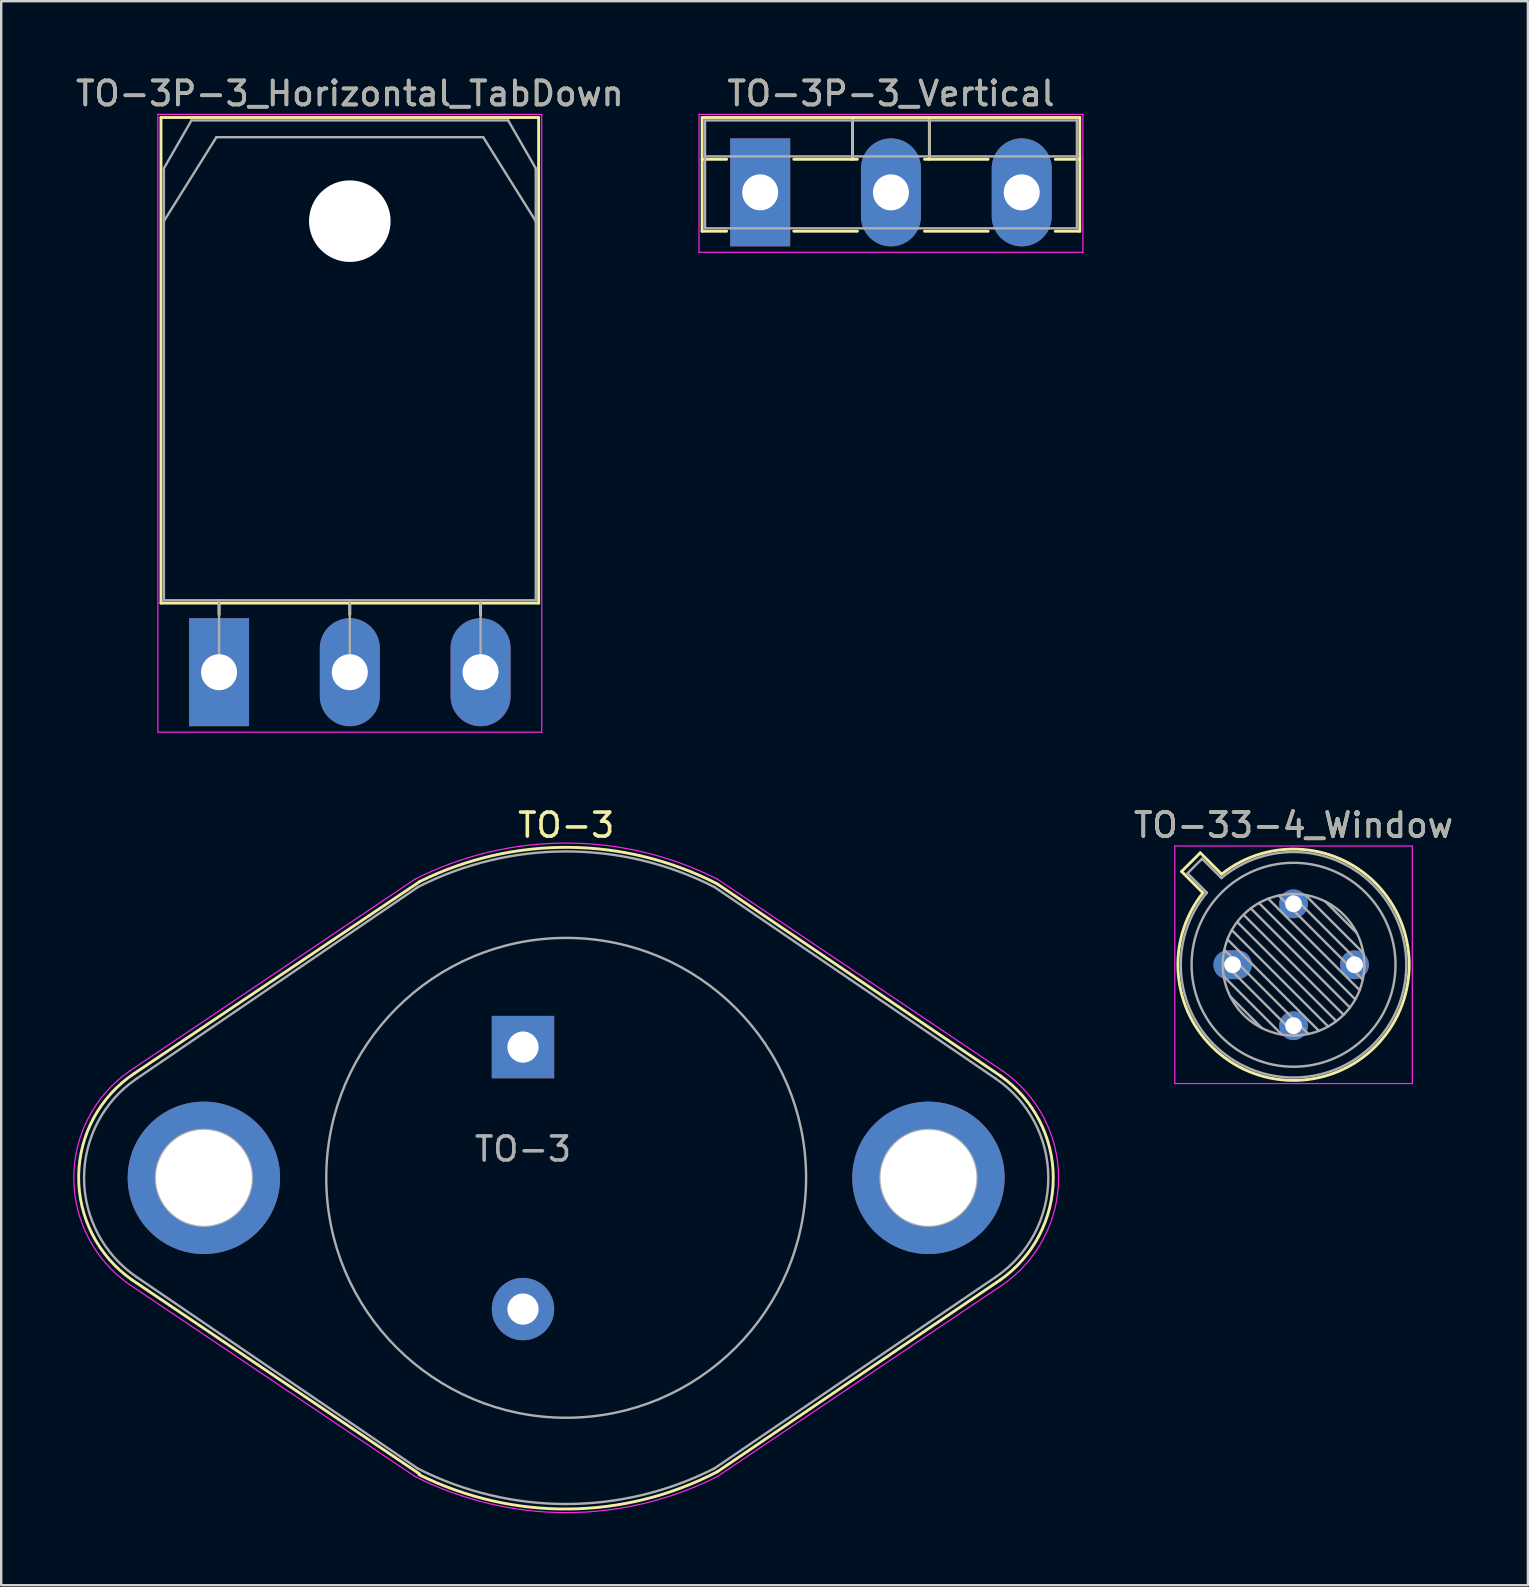
<source format=kicad_pcb>
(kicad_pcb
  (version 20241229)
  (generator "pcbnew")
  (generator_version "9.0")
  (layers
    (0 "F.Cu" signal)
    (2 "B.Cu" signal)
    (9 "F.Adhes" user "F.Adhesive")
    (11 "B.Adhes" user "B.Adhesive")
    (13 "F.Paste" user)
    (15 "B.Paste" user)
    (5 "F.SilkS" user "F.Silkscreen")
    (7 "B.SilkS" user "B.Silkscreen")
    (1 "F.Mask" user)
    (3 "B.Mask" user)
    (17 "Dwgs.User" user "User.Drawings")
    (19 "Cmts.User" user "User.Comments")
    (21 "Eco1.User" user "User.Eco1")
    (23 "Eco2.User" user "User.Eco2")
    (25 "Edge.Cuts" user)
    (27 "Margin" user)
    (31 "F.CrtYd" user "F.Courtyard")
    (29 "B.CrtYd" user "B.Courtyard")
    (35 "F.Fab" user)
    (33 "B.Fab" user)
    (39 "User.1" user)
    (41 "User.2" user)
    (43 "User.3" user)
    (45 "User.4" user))
  (footprint "TO-3P-3_Horizontal_TabDown"
    (layer "F.Cu")
    (at 6.08 24.968)
    (property "Reference" "TO-3P-3_Horizontal_TabDown" (at 5.45 -24.12 0) (layer "F.SilkS") (effects (font (size 1 1) (thickness 0.15))))
    (attr through_hole)
    (fp_line (start -2.42 -23.12) (end -2.42 -2.88) (stroke (width 0.12) (type solid)) (layer "F.SilkS"))
    (fp_line (start -2.42 -23.12) (end 13.32 -23.12) (stroke (width 0.12) (type solid)) (layer "F.SilkS"))
    (fp_line (start -2.42 -2.88) (end 13.32 -2.88) (stroke (width 0.12) (type solid)) (layer "F.SilkS"))
    (fp_line (start 0 -2.88) (end 0 -2.4) (stroke (width 0.12) (type solid)) (layer "F.SilkS"))
    (fp_line (start 5.45 -2.88) (end 5.45 -2.4) (stroke (width 0.12) (type solid)) (layer "F.SilkS"))
    (fp_line (start 10.9 -2.88) (end 10.9 -2.4) (stroke (width 0.12) (type solid)) (layer "F.SilkS"))
    (fp_line (start 13.32 -23.12) (end 13.32 -2.88) (stroke (width 0.12) (type solid)) (layer "F.SilkS"))
    (fp_line (start -2.55 -23.25) (end -2.55 2.5) (stroke (width 0.05) (type solid)) (layer "F.CrtYd"))
    (fp_line (start -2.55 2.5) (end 13.45 2.5) (stroke (width 0.05) (type solid)) (layer "F.CrtYd"))
    (fp_line (start 13.45 -23.25) (end -2.55 -23.25) (stroke (width 0.05) (type solid)) (layer "F.CrtYd"))
    (fp_line (start 13.45 2.5) (end 13.45 -23.25) (stroke (width 0.05) (type solid)) (layer "F.CrtYd"))
    (fp_line (start -2.3 -21) (end -1.15 -23) (stroke (width 0.1) (type solid)) (layer "F.Fab"))
    (fp_line (start -2.3 -18.8) (end -2.3 -21) (stroke (width 0.1) (type solid)) (layer "F.Fab"))
    (fp_line (start -2.3 -18.8) (end -0.11 -22.3) (stroke (width 0.1) (type solid)) (layer "F.Fab"))
    (fp_line (start -2.3 -3) (end -2.3 -18.8) (stroke (width 0.1) (type solid)) (layer "F.Fab"))
    (fp_line (start -1.15 -23) (end 12.05 -23) (stroke (width 0.1) (type solid)) (layer "F.Fab"))
    (fp_line (start -0.11 -22.3) (end 11.01 -22.3) (stroke (width 0.1) (type solid)) (layer "F.Fab"))
    (fp_line (start 0 -3) (end 0 0) (stroke (width 0.1) (type solid)) (layer "F.Fab"))
    (fp_line (start 5.45 -3) (end 5.45 0) (stroke (width 0.1) (type solid)) (layer "F.Fab"))
    (fp_line (start 10.9 -3) (end 10.9 0) (stroke (width 0.1) (type solid)) (layer "F.Fab"))
    (fp_line (start 11.01 -22.3) (end 13.2 -18.8) (stroke (width 0.1) (type solid)) (layer "F.Fab"))
    (fp_line (start 12.05 -23) (end 13.2 -21) (stroke (width 0.1) (type solid)) (layer "F.Fab"))
    (fp_line (start 13.2 -21) (end 13.2 -18.8) (stroke (width 0.1) (type solid)) (layer "F.Fab"))
    (fp_line (start 13.2 -18.8) (end 13.2 -3) (stroke (width 0.1) (type solid)) (layer "F.Fab"))
    (fp_line (start 13.2 -3) (end -2.3 -3) (stroke (width 0.1) (type solid)) (layer "F.Fab"))
    (fp_circle (center 5.45 -18.8) (end 7.05 -18.8) (stroke (width 0.1) (type solid)) (fill no) (layer "F.Fab"))
    (fp_text user "${REFERENCE}" (at 5.45 -24.12 0) (layer "F.Fab") (effects (font (size 1 1) (thickness 0.15))))
    (pad "" np_thru_hole oval (at 5.45 -18.8) (size 3.4 3.4) (drill 3.4) (layers "*.Cu" "*.Mask"))
    (pad "1" thru_hole rect (at 0 0) (size 2.5 4.5) (drill 1.5) (layers "*.Cu" "*.Mask"))
    (pad "2" thru_hole oval (at 5.45 0) (size 2.5 4.5) (drill 1.5) (layers "*.Cu" "*.Mask"))
    (pad "3" thru_hole oval (at 10.9 0) (size 2.5 4.5) (drill 1.5) (layers "*.Cu" "*.Mask")))
  (footprint "TO-3"
    (layer "F.Cu")
    (at 18.748 40.592)
    (property "Reference" "TO-3" (at 1.8 -9.25 0) (layer "F.SilkS") (effects (font (size 1 1) (thickness 0.15))))
    (attr through_hole)
    (fp_line (start -4.3 -6.9) (end -16.2 1.1) (stroke (width 0.12) (type solid)) (layer "F.SilkS"))
    (fp_line (start -4.3 17.8) (end -16.3 9.7) (stroke (width 0.12) (type solid)) (layer "F.SilkS"))
    (fp_line (start 8.1 -6.8) (end 19.9 1.2) (stroke (width 0.12) (type solid)) (layer "F.SilkS"))
    (fp_line (start 8.1 17.7) (end 19.9 9.7) (stroke (width 0.12) (type solid)) (layer "F.SilkS"))
    (fp_arc (start -16.3 9.7) (mid -18.519226 5.373613) (end -16.2 1.1) (stroke (width 0.12) (type solid)) (layer "F.SilkS"))
    (fp_arc (start -4.3 -6.9) (mid 1.911888 -8.324079) (end 8.1 -6.8) (stroke (width 0.12) (type solid)) (layer "F.SilkS"))
    (fp_arc (start 8.1 17.7) (mid 1.90661 19.252956) (end -4.325 17.825) (stroke (width 0.12) (type solid)) (layer "F.SilkS"))
    (fp_arc (start 19.9 1.2) (mid 22.102158 5.45) (end 19.9 9.7) (stroke (width 0.12) (type solid)) (layer "F.SilkS"))
    (fp_line (start -4.5 -7) (end -16.4 1) (stroke (width 0.05) (type solid)) (layer "F.CrtYd"))
    (fp_line (start -4.5 17.9) (end -16.4 9.9) (stroke (width 0.05) (type solid)) (layer "F.CrtYd"))
    (fp_line (start 8.1 -7) (end 20 1) (stroke (width 0.05) (type solid)) (layer "F.CrtYd"))
    (fp_line (start 8.1 17.9) (end 20 9.9) (stroke (width 0.05) (type solid)) (layer "F.CrtYd"))
    (fp_arc (start -16.4 9.9) (mid -18.723326 5.45) (end -16.4 1) (stroke (width 0.05) (type solid)) (layer "F.CrtYd"))
    (fp_arc (start -4.5 -7) (mid 1.8 -8.503225) (end 8.1 -7) (stroke (width 0.05) (type solid)) (layer "F.CrtYd"))
    (fp_arc (start 8.1 17.9) (mid 1.8 19.403223) (end -4.5 17.9) (stroke (width 0.05) (type solid)) (layer "F.CrtYd"))
    (fp_arc (start 20 1) (mid 22.323325 5.45) (end 20 9.9) (stroke (width 0.05) (type solid)) (layer "F.CrtYd"))
    (fp_line (start -4.38 -6.67) (end -16.11 1.32) (stroke (width 0.1) (type solid)) (layer "F.Fab"))
    (fp_line (start -4.38 17.57) (end -16.11 9.58) (stroke (width 0.1) (type solid)) (layer "F.Fab"))
    (fp_line (start 7.98 -6.67) (end 19.71 1.32) (stroke (width 0.1) (type solid)) (layer "F.Fab"))
    (fp_line (start 7.98 17.56) (end 19.71 9.58) (stroke (width 0.1) (type solid)) (layer "F.Fab"))
    (fp_arc (start -16.11 9.58) (mid -18.295292 5.45) (end -16.11 1.32) (stroke (width 0.1) (type solid)) (layer "F.Fab"))
    (fp_arc (start -4.38 -6.67) (mid 1.8 -8.154661) (end 7.98 -6.67) (stroke (width 0.1) (type solid)) (layer "F.Fab"))
    (fp_arc (start 7.98 17.56) (mid 1.801197 19.045069) (end -4.38 17.57) (stroke (width 0.1) (type solid)) (layer "F.Fab"))
    (fp_arc (start 19.71 1.32) (mid 21.895289 5.45) (end 19.71 9.58) (stroke (width 0.1) (type solid)) (layer "F.Fab"))
    (fp_circle (center -13.3 5.45) (end -15.3 5.45) (stroke (width 0.1) (type solid)) (fill no) (layer "F.Fab"))
    (fp_circle (center 1.8 5.45) (end 11.8 5.45) (stroke (width 0.1) (type solid)) (fill no) (layer "F.Fab"))
    (fp_circle (center 16.9 5.45) (end 18.9 5.45) (stroke (width 0.1) (type solid)) (fill no) (layer "F.Fab"))
    (fp_text user "${REFERENCE}" (at 0 4.25 0) (layer "F.Fab") (effects (font (size 1 1) (thickness 0.15))))
    (pad "1" thru_hole rect (at 0 0) (size 2.6 2.6) (drill 1.3) (layers "*.Cu" "*.Mask"))
    (pad "2" thru_hole circle (at 0 10.92) (size 2.6 2.6) (drill 1.3) (layers "*.Cu" "*.Mask"))
    (pad "3" thru_hole circle (at -13.3 5.45) (size 6.35 6.35) (drill 4) (layers "*.Cu" "*.Mask"))
    (pad "3" thru_hole circle (at 16.9 5.45) (size 6.35 6.35) (drill 4) (layers "*.Cu" "*.Mask")))
  (footprint "TO-33-4_Window"
    (layer "F.Cu")
    (at 48.325 37.161)
    (property "Reference" "TO-33-4_Window" (at 2.54 -5.82 0) (layer "F.SilkS") (effects (font (size 1 1) (thickness 0.15))))
    (attr through_hole)
    (fp_line (start -2.126 -3.888) (end -1.235 -2.997) (stroke (width 0.12) (type solid)) (layer "F.SilkS"))
    (fp_line (start -1.348 -4.666) (end -2.126 -3.888) (stroke (width 0.12) (type solid)) (layer "F.SilkS"))
    (fp_line (start -0.457 -3.775) (end -1.348 -4.666) (stroke (width 0.12) (type solid)) (layer "F.SilkS"))
    (fp_arc (start -0.457084 -3.774902) (mid 5.948125 3.408384) (end -1.234674 -2.997371) (stroke (width 0.12) (type solid)) (layer "F.SilkS"))
    (fp_line (start -2.41 -4.95) (end -2.41 4.95) (stroke (width 0.05) (type solid)) (layer "F.CrtYd"))
    (fp_line (start -2.41 4.95) (end 7.49 4.95) (stroke (width 0.05) (type solid)) (layer "F.CrtYd"))
    (fp_line (start 7.49 -4.95) (end -2.41 -4.95) (stroke (width 0.05) (type solid)) (layer "F.CrtYd"))
    (fp_line (start 7.49 4.95) (end 7.49 -4.95) (stroke (width 0.05) (type solid)) (layer "F.CrtYd"))
    (fp_line (start -1.88 -3.812) (end -1.074 -3.005) (stroke (width 0.1) (type solid)) (layer "F.Fab"))
    (fp_line (start -1.272 -4.42) (end -1.88 -3.812) (stroke (width 0.1) (type solid)) (layer "F.Fab"))
    (fp_line (start -0.465 -3.614) (end -1.272 -4.42) (stroke (width 0.1) (type solid)) (layer "F.Fab"))
    (fp_line (start -0.408 -0.12) (end 2.66 2.948) (stroke (width 0.1) (type solid)) (layer "F.Fab"))
    (fp_line (start -0.371 0.485) (end 2.055 2.911) (stroke (width 0.1) (type solid)) (layer "F.Fab"))
    (fp_line (start -0.344 -0.622) (end 3.162 2.884) (stroke (width 0.1) (type solid)) (layer "F.Fab"))
    (fp_line (start -0.215 -1.058) (end 3.598 2.755) (stroke (width 0.1) (type solid)) (layer "F.Fab"))
    (fp_line (start -0.097 1.324) (end 1.216 2.637) (stroke (width 0.1) (type solid)) (layer "F.Fab"))
    (fp_line (start -0.034 -1.443) (end 3.983 2.574) (stroke (width 0.1) (type solid)) (layer "F.Fab"))
    (fp_line (start 0.19 -1.784) (end 4.324 2.35) (stroke (width 0.1) (type solid)) (layer "F.Fab"))
    (fp_line (start 0.454 -2.086) (end 4.626 2.086) (stroke (width 0.1) (type solid)) (layer "F.Fab"))
    (fp_line (start 0.756 -2.35) (end 4.89 1.784) (stroke (width 0.1) (type solid)) (layer "F.Fab"))
    (fp_line (start 1.097 -2.574) (end 5.114 1.443) (stroke (width 0.1) (type solid)) (layer "F.Fab"))
    (fp_line (start 1.482 -2.755) (end 5.295 1.058) (stroke (width 0.1) (type solid)) (layer "F.Fab"))
    (fp_line (start 1.918 -2.884) (end 5.424 0.622) (stroke (width 0.1) (type solid)) (layer "F.Fab"))
    (fp_line (start 2.42 -2.948) (end 5.488 0.12) (stroke (width 0.1) (type solid)) (layer "F.Fab"))
    (fp_line (start 3.025 -2.911) (end 5.451 -0.485) (stroke (width 0.1) (type solid)) (layer "F.Fab"))
    (fp_line (start 3.864 -2.637) (end 5.177 -1.324) (stroke (width 0.1) (type solid)) (layer "F.Fab"))
    (fp_arc (start -0.465408 -3.61352) (mid 5.863443 3.323361) (end -1.073594 -3.005319) (stroke (width 0.1) (type solid)) (layer "F.Fab"))
    (fp_circle (center 2.54 0) (end 5.49 0) (stroke (width 0.1) (type solid)) (fill no) (layer "F.Fab"))
    (fp_circle (center 2.54 0) (end 6.79 0) (stroke (width 0.1) (type solid)) (fill no) (layer "F.Fab"))
    (fp_text user "${REFERENCE}" (at 2.54 -5.82 0) (layer "F.Fab") (effects (font (size 1 1) (thickness 0.15))))
    (pad "1" thru_hole oval (at 0 0) (size 1.6 1.2) (drill 0.7) (layers "*.Cu" "*.Mask"))
    (pad "2" thru_hole oval (at 2.54 2.54) (size 1.2 1.2) (drill 0.7) (layers "*.Cu" "*.Mask"))
    (pad "3" thru_hole oval (at 5.08 0) (size 1.2 1.2) (drill 0.7) (layers "*.Cu" "*.Mask"))
    (pad "4" thru_hole oval (at 2.54 -2.54) (size 1.2 1.2) (drill 0.7) (layers "*.Cu" "*.Mask")))
  (footprint "TO-3P-3_Vertical"
    (layer "F.Cu")
    (at 28.635 4.968)
    (property "Reference" "TO-3P-3_Vertical" (at 5.45 -4.12 0) (layer "F.SilkS") (effects (font (size 1 1) (thickness 0.15))))
    (attr through_hole)
    (fp_line (start -2.42 -3.12) (end -2.42 1.62) (stroke (width 0.12) (type solid)) (layer "F.SilkS"))
    (fp_line (start -2.42 -3.12) (end 13.32 -3.12) (stroke (width 0.12) (type solid)) (layer "F.SilkS"))
    (fp_line (start -2.42 -1.38) (end -1.4 -1.38) (stroke (width 0.12) (type solid)) (layer "F.SilkS"))
    (fp_line (start -2.42 1.62) (end -1.4 1.62) (stroke (width 0.12) (type solid)) (layer "F.SilkS"))
    (fp_line (start 1.4 -1.38) (end 4.051 -1.38) (stroke (width 0.12) (type solid)) (layer "F.SilkS"))
    (fp_line (start 1.4 1.62) (end 4.051 1.62) (stroke (width 0.12) (type solid)) (layer "F.SilkS"))
    (fp_line (start 3.85 -3.12) (end 3.85 -1.38) (stroke (width 0.12) (type solid)) (layer "F.SilkS"))
    (fp_line (start 6.85 -1.38) (end 9.5 -1.38) (stroke (width 0.12) (type solid)) (layer "F.SilkS"))
    (fp_line (start 6.85 1.62) (end 9.5 1.62) (stroke (width 0.12) (type solid)) (layer "F.SilkS"))
    (fp_line (start 7.051 -3.12) (end 7.051 -1.38) (stroke (width 0.12) (type solid)) (layer "F.SilkS"))
    (fp_line (start 12.3 -1.38) (end 13.32 -1.38) (stroke (width 0.12) (type solid)) (layer "F.SilkS"))
    (fp_line (start 12.3 1.62) (end 13.32 1.62) (stroke (width 0.12) (type solid)) (layer "F.SilkS"))
    (fp_line (start 13.32 -3.12) (end 13.32 1.62) (stroke (width 0.12) (type solid)) (layer "F.SilkS"))
    (fp_line (start -2.55 -3.25) (end -2.55 2.5) (stroke (width 0.05) (type solid)) (layer "F.CrtYd"))
    (fp_line (start -2.55 2.5) (end 13.45 2.5) (stroke (width 0.05) (type solid)) (layer "F.CrtYd"))
    (fp_line (start 13.45 -3.25) (end -2.55 -3.25) (stroke (width 0.05) (type solid)) (layer "F.CrtYd"))
    (fp_line (start 13.45 2.5) (end 13.45 -3.25) (stroke (width 0.05) (type solid)) (layer "F.CrtYd"))
    (fp_line (start -2.3 -3) (end -2.3 1.5) (stroke (width 0.1) (type solid)) (layer "F.Fab"))
    (fp_line (start -2.3 -1.5) (end 13.2 -1.5) (stroke (width 0.1) (type solid)) (layer "F.Fab"))
    (fp_line (start -2.3 1.5) (end 13.2 1.5) (stroke (width 0.1) (type solid)) (layer "F.Fab"))
    (fp_line (start 3.85 -3) (end 3.85 -1.5) (stroke (width 0.1) (type solid)) (layer "F.Fab"))
    (fp_line (start 7.05 -3) (end 7.05 -1.5) (stroke (width 0.1) (type solid)) (layer "F.Fab"))
    (fp_line (start 13.2 -3) (end -2.3 -3) (stroke (width 0.1) (type solid)) (layer "F.Fab"))
    (fp_line (start 13.2 1.5) (end 13.2 -3) (stroke (width 0.1) (type solid)) (layer "F.Fab"))
    (fp_text user "${REFERENCE}" (at 5.45 -4.12 0) (layer "F.Fab") (effects (font (size 1 1) (thickness 0.15))))
    (pad "1" thru_hole rect (at 0 0) (size 2.5 4.5) (drill 1.5) (layers "*.Cu" "*.Mask"))
    (pad "2" thru_hole oval (at 5.45 0) (size 2.5 4.5) (drill 1.5) (layers "*.Cu" "*.Mask"))
    (pad "3" thru_hole oval (at 10.9 0) (size 2.5 4.5) (drill 1.5) (layers "*.Cu" "*.Mask")))
  (gr_rect
    (start -3 -3)
    (end 60.632 63.02)
    (stroke (width 0.1) (type default))
    (fill no)
    (layer "Edge.Cuts")))
</source>
